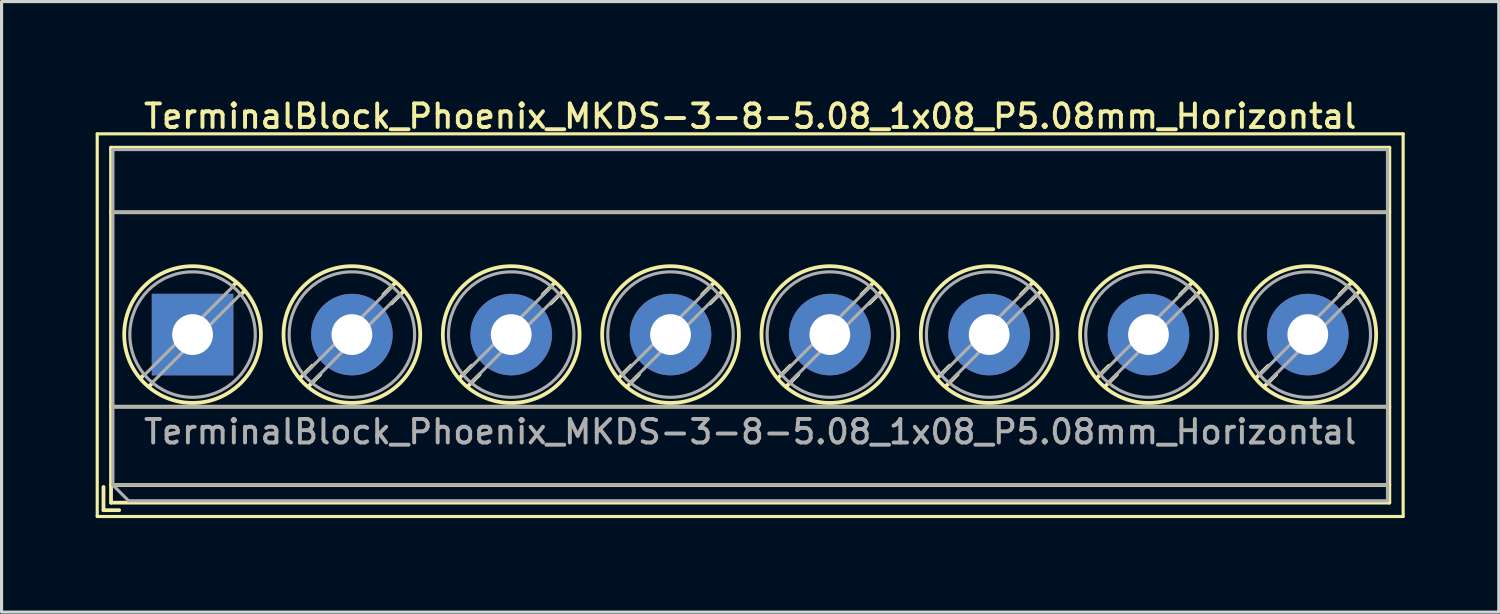
<source format=kicad_pcb>
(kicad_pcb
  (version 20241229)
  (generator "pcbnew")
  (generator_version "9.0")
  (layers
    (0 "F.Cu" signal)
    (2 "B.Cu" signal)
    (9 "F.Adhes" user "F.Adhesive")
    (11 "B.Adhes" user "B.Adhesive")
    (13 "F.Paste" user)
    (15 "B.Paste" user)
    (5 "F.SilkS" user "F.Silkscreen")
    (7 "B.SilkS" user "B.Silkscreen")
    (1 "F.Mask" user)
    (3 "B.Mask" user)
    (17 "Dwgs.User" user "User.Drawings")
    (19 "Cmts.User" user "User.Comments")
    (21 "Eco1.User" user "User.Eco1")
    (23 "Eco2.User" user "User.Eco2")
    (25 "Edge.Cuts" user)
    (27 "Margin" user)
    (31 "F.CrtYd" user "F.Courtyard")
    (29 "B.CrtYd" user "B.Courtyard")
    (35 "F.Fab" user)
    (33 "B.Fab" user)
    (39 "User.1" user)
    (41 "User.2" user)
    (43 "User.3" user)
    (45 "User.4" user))
  (footprint "TerminalBlock_Phoenix_MKDS-3-8-5.08_1x08_P5.08mm_Horizontal"
    (layer "F.Cu")
    (at 3.09 7.618)
    (property "Reference" "TerminalBlock_Phoenix_MKDS-3-8-5.08_1x08_P5.08mm_Horizontal" (at 17.78 -6.96 0) (layer "F.SilkS") (effects (font (size 0.75 0.75) (thickness 0.125))))
    (attr through_hole)
    (fp_line (start -3.04 -6.4) (end -3.04 5.8) (stroke (width 0.1) (type solid)) (layer "F.SilkS"))
    (fp_line (start -3.04 5.8) (end 38.6 5.8) (stroke (width 0.1) (type solid)) (layer "F.SilkS"))
    (fp_line (start -2.84 4.86) (end -2.84 5.6) (stroke (width 0.12) (type solid)) (layer "F.SilkS"))
    (fp_line (start -2.84 5.6) (end -2.34 5.6) (stroke (width 0.12) (type solid)) (layer "F.SilkS"))
    (fp_line (start -2.6 -5.96) (end -2.6 5.36) (stroke (width 0.12) (type solid)) (layer "F.SilkS"))
    (fp_line (start -2.6 -5.96) (end 38.16 -5.96) (stroke (width 0.12) (type solid)) (layer "F.SilkS"))
    (fp_line (start -2.6 -3.9) (end 38.16 -3.9) (stroke (width 0.12) (type solid)) (layer "F.SilkS"))
    (fp_line (start -2.6 2.3) (end 38.16 2.3) (stroke (width 0.12) (type solid)) (layer "F.SilkS"))
    (fp_line (start -2.6 4.8) (end 38.16 4.8) (stroke (width 0.12) (type solid)) (layer "F.SilkS"))
    (fp_line (start -2.6 5.36) (end 38.16 5.36) (stroke (width 0.12) (type solid)) (layer "F.SilkS"))
    (fp_line (start -1.548 1.281) (end -1.654 1.388) (stroke (width 0.12) (type solid)) (layer "F.SilkS"))
    (fp_line (start -1.282 1.547) (end -1.388 1.654) (stroke (width 0.12) (type solid)) (layer "F.SilkS"))
    (fp_line (start 1.388 -1.654) (end 1.281 -1.547) (stroke (width 0.12) (type solid)) (layer "F.SilkS"))
    (fp_line (start 1.654 -1.388) (end 1.547 -1.281) (stroke (width 0.12) (type solid)) (layer "F.SilkS"))
    (fp_line (start 3.822 0.992) (end 3.427 1.388) (stroke (width 0.12) (type solid)) (layer "F.SilkS"))
    (fp_line (start 4.073 1.274) (end 3.693 1.654) (stroke (width 0.12) (type solid)) (layer "F.SilkS"))
    (fp_line (start 6.468 -1.654) (end 6.088 -1.274) (stroke (width 0.12) (type solid)) (layer "F.SilkS"))
    (fp_line (start 6.734 -1.388) (end 6.339 -0.992) (stroke (width 0.12) (type solid)) (layer "F.SilkS"))
    (fp_line (start 8.902 0.992) (end 8.507 1.388) (stroke (width 0.12) (type solid)) (layer "F.SilkS"))
    (fp_line (start 9.153 1.274) (end 8.773 1.654) (stroke (width 0.12) (type solid)) (layer "F.SilkS"))
    (fp_line (start 11.548 -1.654) (end 11.168 -1.274) (stroke (width 0.12) (type solid)) (layer "F.SilkS"))
    (fp_line (start 11.814 -1.388) (end 11.419 -0.992) (stroke (width 0.12) (type solid)) (layer "F.SilkS"))
    (fp_line (start 13.982 0.992) (end 13.587 1.388) (stroke (width 0.12) (type solid)) (layer "F.SilkS"))
    (fp_line (start 14.233 1.274) (end 13.853 1.654) (stroke (width 0.12) (type solid)) (layer "F.SilkS"))
    (fp_line (start 16.628 -1.654) (end 16.248 -1.274) (stroke (width 0.12) (type solid)) (layer "F.SilkS"))
    (fp_line (start 16.894 -1.388) (end 16.499 -0.992) (stroke (width 0.12) (type solid)) (layer "F.SilkS"))
    (fp_line (start 19.062 0.992) (end 18.667 1.388) (stroke (width 0.12) (type solid)) (layer "F.SilkS"))
    (fp_line (start 19.313 1.274) (end 18.933 1.654) (stroke (width 0.12) (type solid)) (layer "F.SilkS"))
    (fp_line (start 21.708 -1.654) (end 21.328 -1.274) (stroke (width 0.12) (type solid)) (layer "F.SilkS"))
    (fp_line (start 21.974 -1.388) (end 21.579 -0.992) (stroke (width 0.12) (type solid)) (layer "F.SilkS"))
    (fp_line (start 24.142 0.992) (end 23.747 1.388) (stroke (width 0.12) (type solid)) (layer "F.SilkS"))
    (fp_line (start 24.393 1.274) (end 24.013 1.654) (stroke (width 0.12) (type solid)) (layer "F.SilkS"))
    (fp_line (start 26.788 -1.654) (end 26.408 -1.274) (stroke (width 0.12) (type solid)) (layer "F.SilkS"))
    (fp_line (start 27.054 -1.388) (end 26.659 -0.992) (stroke (width 0.12) (type solid)) (layer "F.SilkS"))
    (fp_line (start 29.222 0.992) (end 28.827 1.388) (stroke (width 0.12) (type solid)) (layer "F.SilkS"))
    (fp_line (start 29.473 1.274) (end 29.093 1.654) (stroke (width 0.12) (type solid)) (layer "F.SilkS"))
    (fp_line (start 31.868 -1.654) (end 31.488 -1.274) (stroke (width 0.12) (type solid)) (layer "F.SilkS"))
    (fp_line (start 32.134 -1.388) (end 31.739 -0.992) (stroke (width 0.12) (type solid)) (layer "F.SilkS"))
    (fp_line (start 34.302 0.992) (end 33.907 1.388) (stroke (width 0.12) (type solid)) (layer "F.SilkS"))
    (fp_line (start 34.553 1.274) (end 34.173 1.654) (stroke (width 0.12) (type solid)) (layer "F.SilkS"))
    (fp_line (start 36.948 -1.654) (end 36.568 -1.274) (stroke (width 0.12) (type solid)) (layer "F.SilkS"))
    (fp_line (start 37.214 -1.388) (end 36.819 -0.992) (stroke (width 0.12) (type solid)) (layer "F.SilkS"))
    (fp_line (start 38.16 -5.96) (end 38.16 5.36) (stroke (width 0.12) (type solid)) (layer "F.SilkS"))
    (fp_line (start 38.6 -6.4) (end -3.04 -6.4) (stroke (width 0.1) (type solid)) (layer "F.SilkS"))
    (fp_line (start 38.6 5.8) (end 38.6 -6.4) (stroke (width 0.1) (type solid)) (layer "F.SilkS"))
    (fp_circle (center 0 0) (end 2.18 0) (stroke (width 0.12) (type solid)) (fill no) (layer "F.SilkS"))
    (fp_circle (center 5.08 0) (end 7.26 0) (stroke (width 0.12) (type solid)) (fill no) (layer "F.SilkS"))
    (fp_circle (center 10.16 0) (end 12.34 0) (stroke (width 0.12) (type solid)) (fill no) (layer "F.SilkS"))
    (fp_circle (center 15.24 0) (end 17.42 0) (stroke (width 0.12) (type solid)) (fill no) (layer "F.SilkS"))
    (fp_circle (center 20.32 0) (end 22.5 0) (stroke (width 0.12) (type solid)) (fill no) (layer "F.SilkS"))
    (fp_circle (center 25.4 0) (end 27.58 0) (stroke (width 0.12) (type solid)) (fill no) (layer "F.SilkS"))
    (fp_circle (center 30.48 0) (end 32.66 0) (stroke (width 0.12) (type solid)) (fill no) (layer "F.SilkS"))
    (fp_circle (center 35.56 0) (end 37.74 0) (stroke (width 0.12) (type solid)) (fill no) (layer "F.SilkS"))
    (fp_line (start -2.54 -5.9) (end 38.1 -5.9) (stroke (width 0.1) (type solid)) (layer "F.Fab"))
    (fp_line (start -2.54 -3.9) (end 38.1 -3.9) (stroke (width 0.1) (type solid)) (layer "F.Fab"))
    (fp_line (start -2.54 2.3) (end 38.1 2.3) (stroke (width 0.1) (type solid)) (layer "F.Fab"))
    (fp_line (start -2.54 4.8) (end -2.54 -5.9) (stroke (width 0.1) (type solid)) (layer "F.Fab"))
    (fp_line (start -2.54 4.8) (end 38.1 4.8) (stroke (width 0.1) (type solid)) (layer "F.Fab"))
    (fp_line (start -2.04 5.3) (end -2.54 4.8) (stroke (width 0.1) (type solid)) (layer "F.Fab"))
    (fp_line (start 1.273 -1.517) (end -1.517 1.273) (stroke (width 0.1) (type solid)) (layer "F.Fab"))
    (fp_line (start 1.517 -1.273) (end -1.273 1.517) (stroke (width 0.1) (type solid)) (layer "F.Fab"))
    (fp_line (start 6.353 -1.517) (end 3.564 1.273) (stroke (width 0.1) (type solid)) (layer "F.Fab"))
    (fp_line (start 6.597 -1.273) (end 3.808 1.517) (stroke (width 0.1) (type solid)) (layer "F.Fab"))
    (fp_line (start 11.433 -1.517) (end 8.644 1.273) (stroke (width 0.1) (type solid)) (layer "F.Fab"))
    (fp_line (start 11.677 -1.273) (end 8.888 1.517) (stroke (width 0.1) (type solid)) (layer "F.Fab"))
    (fp_line (start 16.513 -1.517) (end 13.724 1.273) (stroke (width 0.1) (type solid)) (layer "F.Fab"))
    (fp_line (start 16.757 -1.273) (end 13.968 1.517) (stroke (width 0.1) (type solid)) (layer "F.Fab"))
    (fp_line (start 21.593 -1.517) (end 18.804 1.273) (stroke (width 0.1) (type solid)) (layer "F.Fab"))
    (fp_line (start 21.837 -1.273) (end 19.048 1.517) (stroke (width 0.1) (type solid)) (layer "F.Fab"))
    (fp_line (start 26.673 -1.517) (end 23.884 1.273) (stroke (width 0.1) (type solid)) (layer "F.Fab"))
    (fp_line (start 26.917 -1.273) (end 24.128 1.517) (stroke (width 0.1) (type solid)) (layer "F.Fab"))
    (fp_line (start 31.753 -1.517) (end 28.964 1.273) (stroke (width 0.1) (type solid)) (layer "F.Fab"))
    (fp_line (start 31.997 -1.273) (end 29.208 1.517) (stroke (width 0.1) (type solid)) (layer "F.Fab"))
    (fp_line (start 36.833 -1.517) (end 34.044 1.273) (stroke (width 0.1) (type solid)) (layer "F.Fab"))
    (fp_line (start 37.077 -1.273) (end 34.288 1.517) (stroke (width 0.1) (type solid)) (layer "F.Fab"))
    (fp_line (start 38.1 -5.9) (end 38.1 5.3) (stroke (width 0.1) (type solid)) (layer "F.Fab"))
    (fp_line (start 38.1 5.3) (end -2.04 5.3) (stroke (width 0.1) (type solid)) (layer "F.Fab"))
    (fp_circle (center 0 0) (end 2 0) (stroke (width 0.1) (type solid)) (fill no) (layer "F.Fab"))
    (fp_circle (center 5.08 0) (end 7.08 0) (stroke (width 0.1) (type solid)) (fill no) (layer "F.Fab"))
    (fp_circle (center 10.16 0) (end 12.16 0) (stroke (width 0.1) (type solid)) (fill no) (layer "F.Fab"))
    (fp_circle (center 15.24 0) (end 17.24 0) (stroke (width 0.1) (type solid)) (fill no) (layer "F.Fab"))
    (fp_circle (center 20.32 0) (end 22.32 0) (stroke (width 0.1) (type solid)) (fill no) (layer "F.Fab"))
    (fp_circle (center 25.4 0) (end 27.4 0) (stroke (width 0.1) (type solid)) (fill no) (layer "F.Fab"))
    (fp_circle (center 30.48 0) (end 32.48 0) (stroke (width 0.1) (type solid)) (fill no) (layer "F.Fab"))
    (fp_circle (center 35.56 0) (end 37.56 0) (stroke (width 0.1) (type solid)) (fill no) (layer "F.Fab"))
    (fp_text user "${REFERENCE}" (at 17.78 3.1 0) (layer "F.Fab") (effects (font (size 0.75 0.75) (thickness 0.125))))
    (pad "1" thru_hole rect (at 0 0) (size 2.6 2.6) (drill 1.3) (layers "*.Cu" "*.Mask"))
    (pad "2" thru_hole circle (at 5.08 0) (size 2.6 2.6) (drill 1.3) (layers "*.Cu" "*.Mask"))
    (pad "3" thru_hole circle (at 10.16 0) (size 2.6 2.6) (drill 1.3) (layers "*.Cu" "*.Mask"))
    (pad "4" thru_hole circle (at 15.24 0) (size 2.6 2.6) (drill 1.3) (layers "*.Cu" "*.Mask"))
    (pad "5" thru_hole circle (at 20.32 0) (size 2.6 2.6) (drill 1.3) (layers "*.Cu" "*.Mask"))
    (pad "6" thru_hole circle (at 25.4 0) (size 2.6 2.6) (drill 1.3) (layers "*.Cu" "*.Mask"))
    (pad "7" thru_hole circle (at 30.48 0) (size 2.6 2.6) (drill 1.3) (layers "*.Cu" "*.Mask"))
    (pad "8" thru_hole circle (at 35.56 0) (size 2.6 2.6) (drill 1.3) (layers "*.Cu" "*.Mask")))
  (gr_rect
    (start -3 -3)
    (end 44.74 16.468)
    (stroke (width 0.1) (type default))
    (fill no)
    (layer "Edge.Cuts")))
</source>
